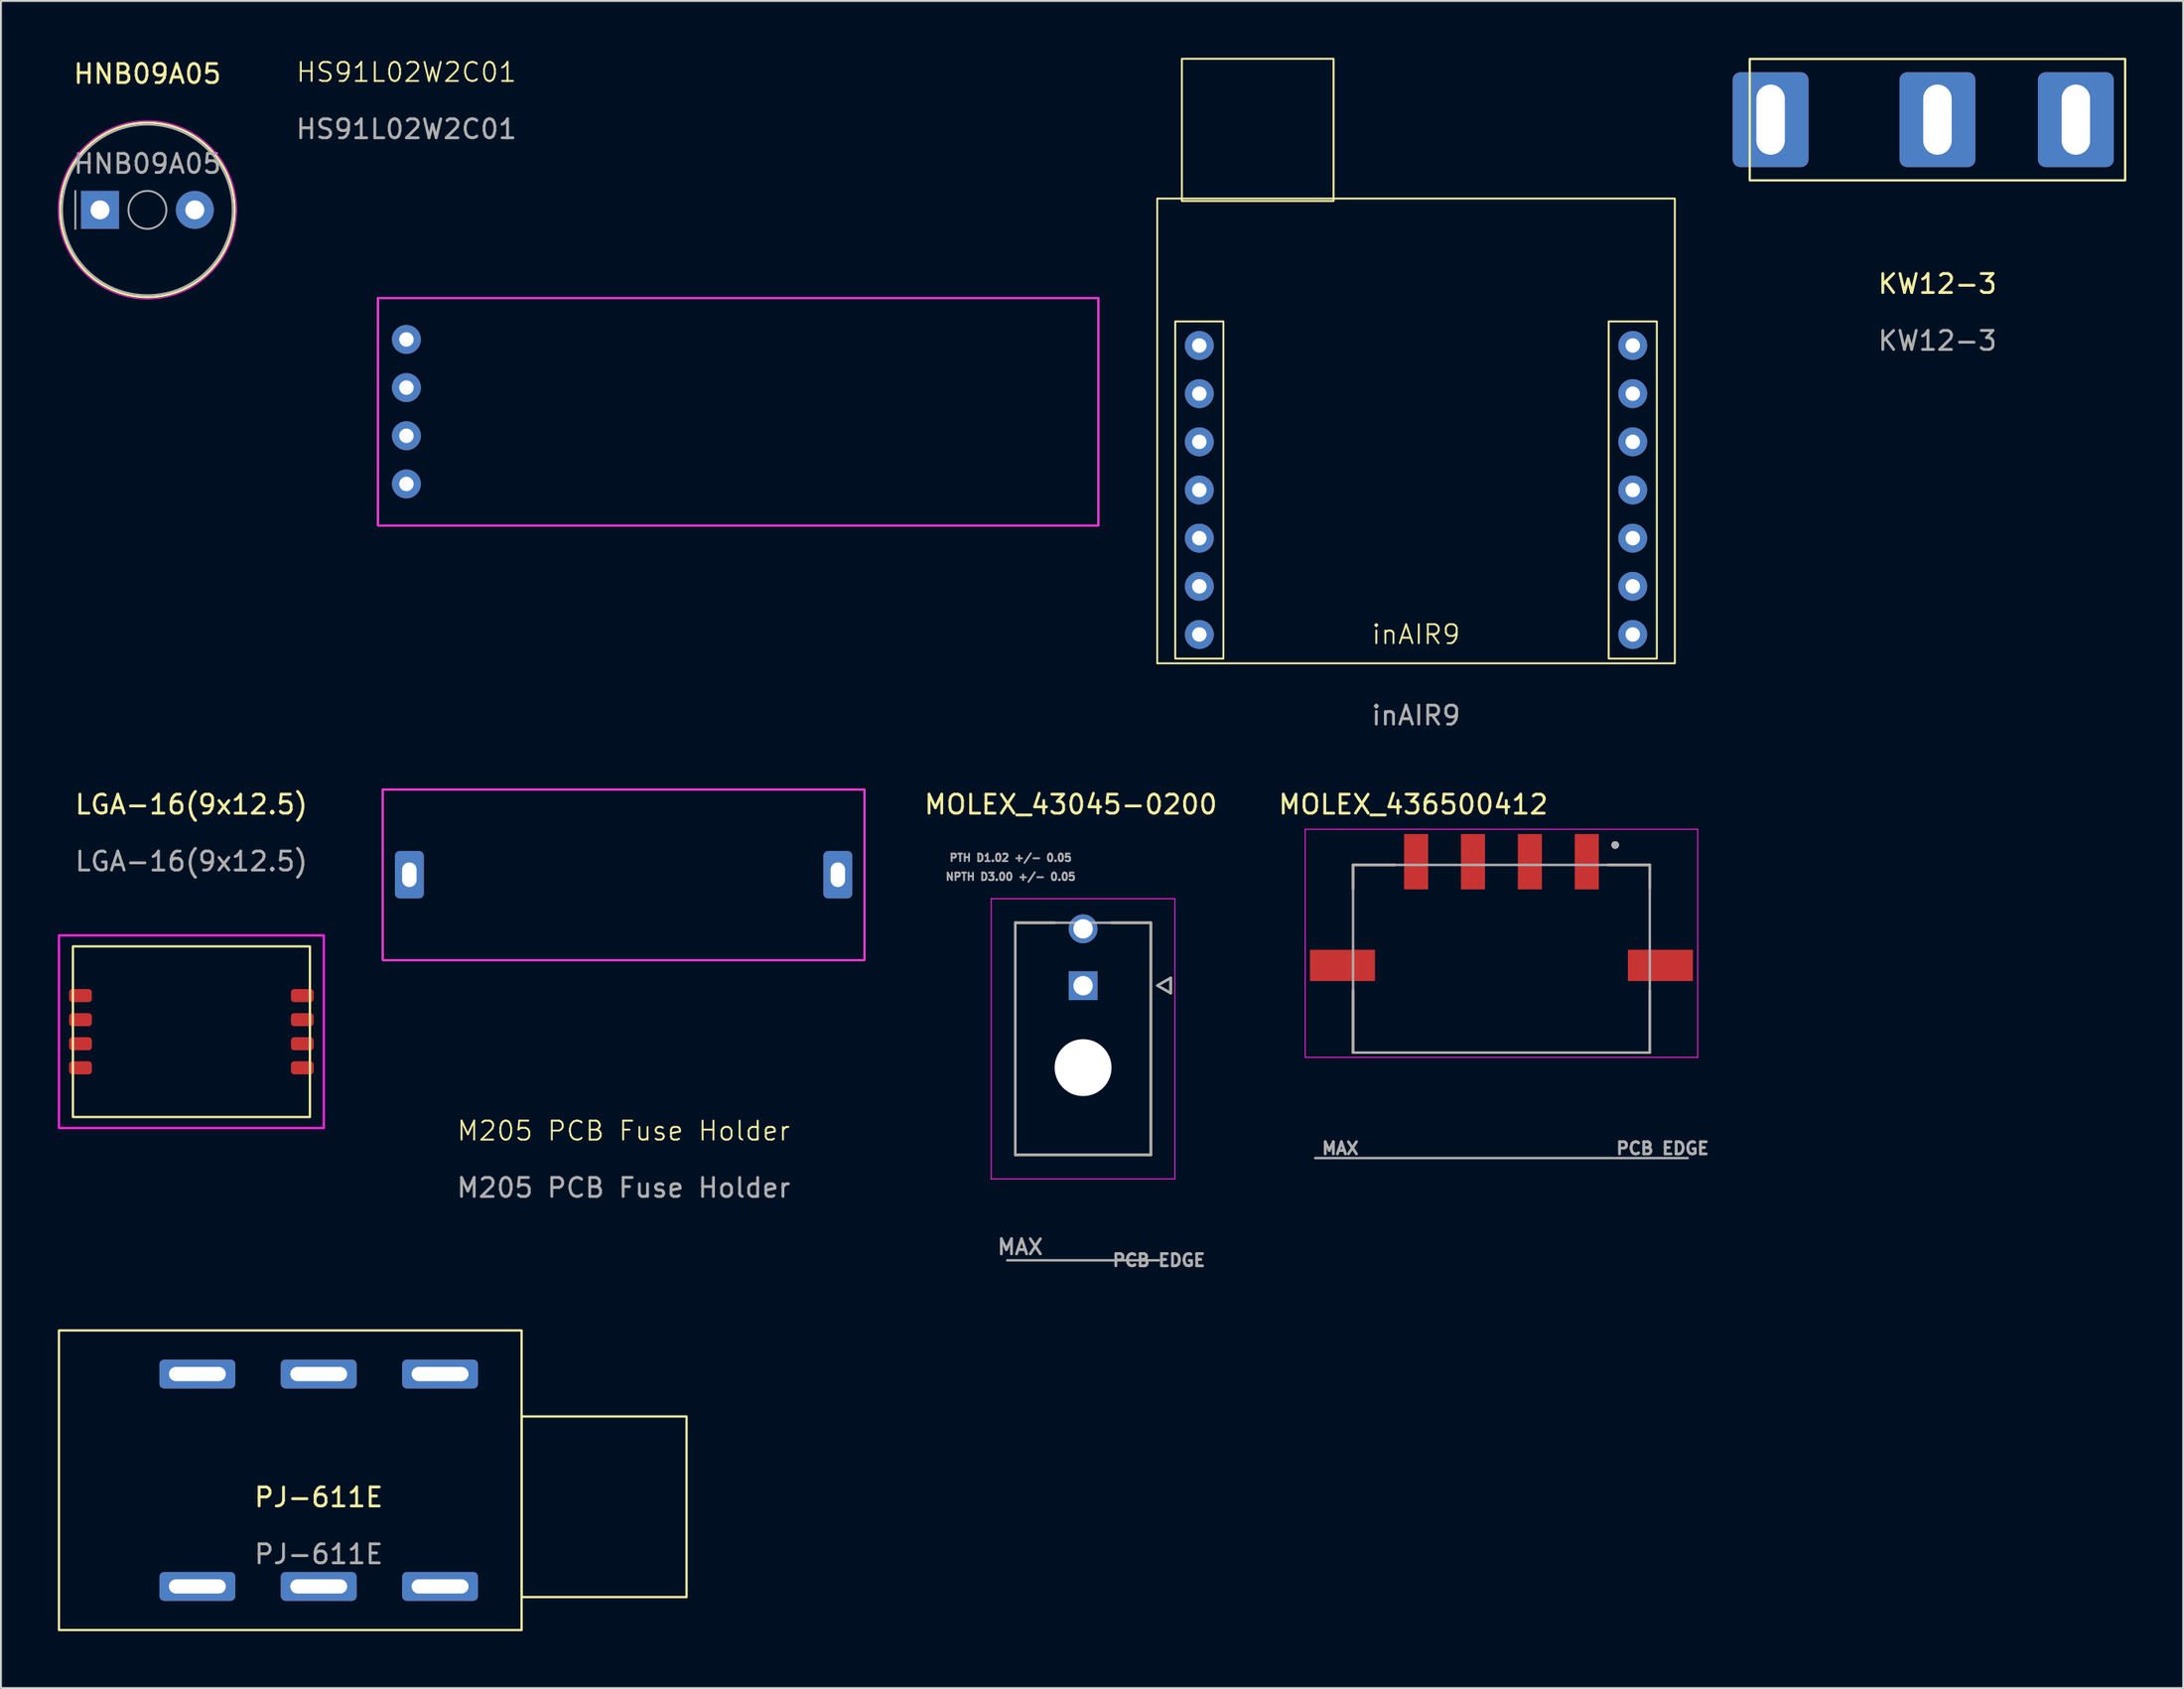
<source format=kicad_pcb>
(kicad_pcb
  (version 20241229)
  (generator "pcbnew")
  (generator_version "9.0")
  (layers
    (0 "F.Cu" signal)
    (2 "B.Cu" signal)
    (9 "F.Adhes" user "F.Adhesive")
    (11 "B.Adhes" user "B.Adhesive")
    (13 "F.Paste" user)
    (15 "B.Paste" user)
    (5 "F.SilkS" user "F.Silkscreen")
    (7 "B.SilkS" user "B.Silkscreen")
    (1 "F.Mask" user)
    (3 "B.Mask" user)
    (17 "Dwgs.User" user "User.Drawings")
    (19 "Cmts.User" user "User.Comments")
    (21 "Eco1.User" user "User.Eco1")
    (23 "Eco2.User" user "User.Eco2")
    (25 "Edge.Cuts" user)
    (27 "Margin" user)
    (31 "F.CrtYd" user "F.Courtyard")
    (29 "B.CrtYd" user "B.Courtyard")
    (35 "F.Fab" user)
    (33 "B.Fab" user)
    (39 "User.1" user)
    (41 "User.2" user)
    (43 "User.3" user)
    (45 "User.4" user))
  (footprint "M205 PCB Fuse Holder"
    (layer "F.Cu")
    (at 29.84 43.078)
    (property "Reference" "M205 PCB Fuse Holder" (at 0 13.51 0) (unlocked yes) (layer "F.SilkS") (effects (font (size 1 1) (thickness 0.1))))
    (attr through_hole)
    (fp_rect (start -12.7 -4.5) (end 12.7 4.5) (stroke (width 0.1) (type default)) (fill no) (layer "F.SilkS"))
    (fp_rect (start -12.7 -4.5) (end 12.7 4.5) (stroke (width 0.1) (type default)) (fill no) (layer "F.CrtYd"))
    (fp_text user "${REFERENCE}" (at 0 16.51 0) (unlocked yes) (layer "F.Fab") (effects (font (size 1 1) (thickness 0.15))))
    (pad "1" thru_hole roundrect (at -11.3 0 90) (size 2.5 1.524) (drill oval 1.3 0.762) (layers "*.Cu" "*.Mask") (roundrect_rratio 0.164))
    (pad "2" thru_hole roundrect (at 11.3 0 90) (size 2.5 1.524) (drill oval 1.3 0.762) (layers "*.Cu" "*.Mask") (roundrect_rratio 0.164)))
  (footprint "LGA-16(9x12.5)"
    (layer "F.Cu")
    (at 7.045 51.356)
    (property "Reference" "LGA-16(9x12.5)" (at 0 -11.98 0) (unlocked yes) (layer "F.SilkS") (effects (font (size 1 1) (thickness 0.15))))
    (attr smd)
    (fp_rect (start -6.25 -4.5) (end 6.25 4.5) (stroke (width 0.12) (type solid)) (fill no) (layer "F.SilkS"))
    (fp_rect (start -6.985 -5.08) (end 6.985 5.08) (stroke (width 0.12) (type solid)) (fill no) (layer "F.CrtYd"))
    (fp_text user "${REFERENCE}" (at 0 -8.98 0) (unlocked yes) (layer "F.Fab") (effects (font (size 1 1) (thickness 0.15))))
    (pad "1" smd roundrect (at -5.85 1.905) (size 1.2 0.69) (layers "F.Cu" "F.Mask" "F.Paste") (roundrect_rratio 0.25))
    (pad "2" smd roundrect (at -5.85 0.635) (size 1.2 0.69) (layers "F.Cu" "F.Mask" "F.Paste") (roundrect_rratio 0.25))
    (pad "3" smd roundrect (at -5.85 -0.635) (size 1.2 0.69) (layers "F.Cu" "F.Mask" "F.Paste") (roundrect_rratio 0.25))
    (pad "4" smd roundrect (at -5.85 -1.905) (size 1.2 0.69) (layers "F.Cu" "F.Mask" "F.Paste") (roundrect_rratio 0.25))
    (pad "5" smd roundrect (at 5.85 -1.905) (size 1.2 0.69) (layers "F.Cu" "F.Mask" "F.Paste") (roundrect_rratio 0.25))
    (pad "6" smd roundrect (at 5.85 -0.635) (size 1.2 0.69) (layers "F.Cu" "F.Mask" "F.Paste") (roundrect_rratio 0.25))
    (pad "7" smd roundrect (at 5.85 0.635) (size 1.2 0.69) (layers "F.Cu" "F.Mask" "F.Paste") (roundrect_rratio 0.25))
    (pad "8" smd roundrect (at 5.85 1.905) (size 1.2 0.69) (layers "F.Cu" "F.Mask" "F.Paste") (roundrect_rratio 0.25)))
  (footprint "HS91L02W2C01"
    (layer "F.Cu")
    (at 18.385 18.66)
    (property "Reference" "HS91L02W2C01" (at 0 -17.9 0) (unlocked yes) (layer "F.SilkS") (effects (font (size 1 1) (thickness 0.1))))
    (attr through_hole)
    (fp_rect (start -1.5 -6) (end 36.5 6) (stroke (width 0.1) (type default)) (fill no) (layer "F.SilkS"))
    (fp_rect (start -1.5 -6) (end 36.5 6) (stroke (width 0.1) (type default)) (fill no) (layer "F.CrtYd"))
    (fp_text user "${REFERENCE}" (at 0 -14.9 0) (unlocked yes) (layer "F.Fab") (effects (font (size 1 1) (thickness 0.15))))
    (pad "1" thru_hole circle (at 0 3.81) (size 1.524 1.524) (drill 0.762) (layers "*.Cu" "*.Mask"))
    (pad "2" thru_hole circle (at 0 1.27) (size 1.524 1.524) (drill 0.762) (layers "*.Cu" "*.Mask"))
    (pad "3" thru_hole circle (at 0 -1.27) (size 1.524 1.524) (drill 0.762) (layers "*.Cu" "*.Mask"))
    (pad "4" thru_hole circle (at 0 -3.81) (size 1.524 1.524) (drill 0.762) (layers "*.Cu" "*.Mask")))
  (footprint "MOLEX_436500412"
    (layer "F.Cu")
    (at 76.139 47.511)
    (property "Reference" "MOLEX_436500412" (at -4.65 -8.135 0) (layer "F.SilkS") (effects (font (size 1 1) (thickness 0.15))))
    (attr smd)
    (fp_line (start -7.825 -4.95) (end -7.825 -3.7) (stroke (width 0.127) (type solid)) (layer "F.SilkS"))
    (fp_line (start -7.825 -4.95) (end -5.61 -4.95) (stroke (width 0.127) (type solid)) (layer "F.SilkS"))
    (fp_line (start -7.825 1.68) (end -7.825 4.95) (stroke (width 0.127) (type solid)) (layer "F.SilkS"))
    (fp_line (start 7.825 -4.95) (end 5.61 -4.95) (stroke (width 0.127) (type solid)) (layer "F.SilkS"))
    (fp_line (start 7.825 -4.95) (end 7.825 -3.7) (stroke (width 0.127) (type solid)) (layer "F.SilkS"))
    (fp_line (start 7.825 4.95) (end -7.825 4.95) (stroke (width 0.127) (type solid)) (layer "F.SilkS"))
    (fp_line (start 7.825 4.95) (end 7.825 1.68) (stroke (width 0.127) (type solid)) (layer "F.SilkS"))
    (fp_circle (center 6 -6) (end 6.1 -6) (stroke (width 0.2) (type solid)) (fill no) (layer "F.SilkS"))
    (fp_line (start -10.35 -6.83) (end 10.35 -6.83) (stroke (width 0.05) (type solid)) (layer "F.CrtYd"))
    (fp_line (start -10.35 5.2) (end -10.35 -6.83) (stroke (width 0.05) (type solid)) (layer "F.CrtYd"))
    (fp_line (start 10.35 5.2) (end -10.35 5.2) (stroke (width 0.05) (type solid)) (layer "F.CrtYd"))
    (fp_line (start 10.35 5.2) (end 10.35 -6.83) (stroke (width 0.05) (type solid)) (layer "F.CrtYd"))
    (fp_line (start -7.825 -4.95) (end 7.825 -4.95) (stroke (width 0.127) (type solid)) (layer "F.Fab"))
    (fp_line (start -7.825 4.95) (end -7.825 -4.95) (stroke (width 0.127) (type solid)) (layer "F.Fab"))
    (fp_line (start 7.825 4.95) (end -7.825 4.95) (stroke (width 0.127) (type solid)) (layer "F.Fab"))
    (fp_line (start 7.825 4.95) (end 7.825 -4.95) (stroke (width 0.127) (type solid)) (layer "F.Fab"))
    (fp_line (start 9.825 10.51) (end -9.825 10.51) (stroke (width 0.127) (type solid)) (layer "F.Fab"))
    (fp_circle (center 6 -6) (end 6.1 -6) (stroke (width 0.2) (type solid)) (fill no) (layer "F.Fab"))
    (fp_text user "PCB EDGE" (at 8.5 10 0) (layer "F.Fab") (effects (font (size 0.64 0.64) (thickness 0.15))))
    (fp_text user "MAX" (at -8.5 10 0) (layer "F.Fab") (effects (font (size 0.64 0.64) (thickness 0.15))))
    (pad "1" smd rect (at 4.5 -5.12) (size 1.27 2.92) (layers "F.Cu" "F.Mask" "F.Paste"))
    (pad "2" smd rect (at 1.5 -5.12) (size 1.27 2.92) (layers "F.Cu" "F.Mask" "F.Paste"))
    (pad "3" smd rect (at -1.5 -5.12) (size 1.27 2.92) (layers "F.Cu" "F.Mask" "F.Paste"))
    (pad "4" smd rect (at -4.5 -5.12) (size 1.27 2.92) (layers "F.Cu" "F.Mask" "F.Paste"))
    (pad "S1" smd rect (at 8.385 0.35) (size 3.43 1.65) (layers "F.Cu" "F.Mask" "F.Paste"))
    (pad "S2" smd rect (at -8.385 0.35) (size 3.43 1.65) (layers "F.Cu" "F.Mask" "F.Paste"))
    (zone (net_name "") (layer "F.Cu") (hatch full 0.508) (connect_pads) (min_thickness 0.01) (filled_areas_thickness no) (keepout (tracks not_allowed) (vias not_allowed) (pads not_allowed) (copperpour not_allowed) (footprints allowed)) (placement (enabled no)) (fill) (polygon (pts (xy 67.564 44.212) (xy 70.014 44.212) (xy 70.014 45.812) (xy 67.564 45.812))))
    (zone (net_name "") (layer "F.Cu") (hatch full 0.508) (connect_pads) (min_thickness 0.01) (filled_areas_thickness no) (keepout (tracks not_allowed) (vias not_allowed) (pads not_allowed) (copperpour not_allowed) (footprints allowed)) (placement (enabled no)) (fill) (polygon (pts (xy 82.264 44.212) (xy 84.714 44.212) (xy 84.714 45.812) (xy 82.264 45.812))))
    (zone (net_name "") (layers "F.Cu" "B.Cu") (hatch full 0.508) (connect_pads) (min_thickness 0.01) (filled_areas_thickness no) (keepout (tracks allowed) (vias not_allowed) (pads allowed) (copperpour allowed) (footprints allowed)) (placement (enabled no)) (fill) (polygon (pts (xy 67.564 44.212) (xy 70.014 44.212) (xy 70.014 45.812) (xy 67.564 45.812))))
    (zone (net_name "") (layers "F.Cu" "B.Cu") (hatch full 0.508) (connect_pads) (min_thickness 0.01) (filled_areas_thickness no) (keepout (tracks allowed) (vias not_allowed) (pads allowed) (copperpour allowed) (footprints allowed)) (placement (enabled no)) (fill) (polygon (pts (xy 82.264 44.212) (xy 84.714 44.212) (xy 84.714 45.812) (xy 82.264 45.812)))))
  (footprint "HNB09A05"
    (layer "F.Cu")
    (at 2.225 8.018)
    (property "Reference" "HNB09A05" (at 2.5 -7.17 0) (layer "F.SilkS") (effects (font (size 1 1) (thickness 0.15))))
    (attr through_hole)
    (fp_circle (center 2.5 0) (end 7.1 0) (stroke (width 0.12) (type solid)) (fill no) (layer "F.SilkS"))
    (fp_circle (center 2.5 0) (end 7.2 0) (stroke (width 0.05) (type solid)) (fill no) (layer "F.CrtYd"))
    (fp_line (start -1.3 -1) (end -1.3 1) (stroke (width 0.1) (type solid)) (layer "F.Fab"))
    (fp_circle (center 2.5 0) (end 3.5 0) (stroke (width 0.1) (type solid)) (fill no) (layer "F.Fab"))
    (fp_circle (center 2.5 0) (end 7 0) (stroke (width 0.1) (type solid)) (fill no) (layer "F.Fab"))
    (fp_text user "${REFERENCE}" (at 2.5 -2.43 0) (layer "F.Fab") (effects (font (size 1 1) (thickness 0.15))))
    (pad "1" thru_hole rect (at 0 0) (size 2 2) (drill 1) (layers "*.Cu" "*.Mask"))
    (pad "2" thru_hole circle (at 5 0) (size 2 2) (drill 1) (layers "*.Cu" "*.Mask")))
  (footprint "KW12-3"
    (layer "F.Cu")
    (at 99.135 3.26)
    (property "Reference" "KW12-3" (at 0 8.66 0) (unlocked yes) (layer "F.SilkS") (effects (font (size 1 1) (thickness 0.15))))
    (attr through_hole)
    (fp_rect (start -9.9 -3.2) (end 9.9 3.2) (stroke (width 0.12) (type default)) (fill no) (layer "F.SilkS"))
    (fp_text user "${REFERENCE}" (at 0 11.66 0) (unlocked yes) (layer "F.Fab") (effects (font (size 1 1) (thickness 0.15))))
    (pad "1" thru_hole roundrect (at -8.8 0) (size 4 5) (drill oval 1.5 3.7) (layers "*.Cu" "*.Mask") (roundrect_rratio 0.1))
    (pad "2" thru_hole roundrect (at 0 0) (size 4 5) (drill oval 1.5 3.7) (layers "*.Cu" "*.Mask") (roundrect_rratio 0.1))
    (pad "3" thru_hole roundrect (at 7.3 0) (size 4 5) (drill oval 1.5 3.7) (layers "*.Cu" "*.Mask") (roundrect_rratio 0.1)))
  (footprint "MOLEX_43045-0200"
    (layer "F.Cu")
    (at 54.074 48.931)
    (property "Reference" "MOLEX_43045-0200" (at -0.645 -9.555 0) (layer "F.SilkS") (effects (font (size 1 1) (thickness 0.15))))
    (attr through_hole)
    (fp_circle (center 0 -3) (end 0.418 -3) (stroke (width 0.836) (type solid)) (fill no) (layer "F.Mask"))
    (fp_circle (center 0 4.32) (end 0.788 4.32) (stroke (width 1.576) (type solid)) (fill no) (layer "F.Mask"))
    (fp_poly (pts (xy -0.836 -0.836) (xy 0.836 -0.836) (xy 0.836 0.836) (xy -0.836 0.836)) (stroke (width 0.01) (type solid)) (fill yes) (layer "F.Mask"))
    (fp_circle (center 0 -3) (end 0.418 -3) (stroke (width 0.836) (type solid)) (fill no) (layer "B.Mask"))
    (fp_circle (center 0 4.32) (end 0.788 4.32) (stroke (width 1.576) (type solid)) (fill no) (layer "B.Mask"))
    (fp_poly (pts (xy -0.836 -0.836) (xy 0.836 -0.836) (xy 0.836 0.836) (xy -0.836 0.836)) (stroke (width 0.01) (type solid)) (fill yes) (layer "B.Mask"))
    (fp_line (start -3.575 -3.32) (end -3.575 8.92) (stroke (width 0.127) (type solid)) (layer "F.SilkS"))
    (fp_line (start -3.575 8.92) (end 3.575 8.92) (stroke (width 0.127) (type solid)) (layer "F.SilkS"))
    (fp_line (start -1.5 -3.32) (end -3.575 -3.32) (stroke (width 0.127) (type solid)) (layer "F.SilkS"))
    (fp_line (start 3.575 -3.32) (end 1.5 -3.32) (stroke (width 0.127) (type solid)) (layer "F.SilkS"))
    (fp_line (start 3.575 8.92) (end 3.575 -3.32) (stroke (width 0.127) (type solid)) (layer "F.SilkS"))
    (fp_line (start 3.92 -0.01) (end 4.62 0.39) (stroke (width 0.127) (type solid)) (layer "F.SilkS"))
    (fp_line (start 4.62 -0.41) (end 3.92 -0.01) (stroke (width 0.127) (type solid)) (layer "F.SilkS"))
    (fp_line (start 4.62 0.39) (end 4.62 -0.41) (stroke (width 0.127) (type solid)) (layer "F.SilkS"))
    (fp_line (start -4.845 -4.59) (end 4.845 -4.59) (stroke (width 0.05) (type solid)) (layer "F.CrtYd"))
    (fp_line (start -4.845 10.19) (end -4.845 -4.59) (stroke (width 0.05) (type solid)) (layer "F.CrtYd"))
    (fp_line (start 4.845 -4.59) (end 4.845 10.19) (stroke (width 0.05) (type solid)) (layer "F.CrtYd"))
    (fp_line (start 4.845 10.19) (end -4.845 10.19) (stroke (width 0.05) (type solid)) (layer "F.CrtYd"))
    (fp_line (start -4 14.48) (end 4 14.48) (stroke (width 0.127) (type solid)) (layer "F.Fab"))
    (fp_line (start -3.575 -3.32) (end -3.575 8.92) (stroke (width 0.127) (type solid)) (layer "F.Fab"))
    (fp_line (start -3.575 8.92) (end 3.575 8.92) (stroke (width 0.127) (type solid)) (layer "F.Fab"))
    (fp_line (start 3.575 -3.32) (end -3.575 -3.32) (stroke (width 0.127) (type solid)) (layer "F.Fab"))
    (fp_line (start 3.575 8.92) (end 3.575 -3.32) (stroke (width 0.127) (type solid)) (layer "F.Fab"))
    (fp_line (start 3.92 -0.01) (end 4.62 0.39) (stroke (width 0.127) (type solid)) (layer "F.Fab"))
    (fp_line (start 4.62 -0.41) (end 3.92 -0.01) (stroke (width 0.127) (type solid)) (layer "F.Fab"))
    (fp_line (start 4.62 0.39) (end 4.62 -0.41) (stroke (width 0.127) (type solid)) (layer "F.Fab"))
    (fp_text user "MAX" (at -3.32 13.78 0) (layer "F.Fab") (effects (font (size 0.8 0.8) (thickness 0.15))))
    (fp_text user "NPTH D3.00 +/- 0.05" (at -3.82 -5.748 0) (layer "F.Fab") (effects (font (size 0.394 0.394) (thickness 0.15))))
    (fp_text user "PCB EDGE" (at 4 14.48 0) (layer "F.Fab") (effects (font (size 0.64 0.64) (thickness 0.15))))
    (fp_text user "PTH D1.02 +/- 0.05" (at -3.82 -6.748 0) (layer "F.Fab") (effects (font (size 0.394 0.394) (thickness 0.15))))
    (pad "" np_thru_hole circle (at 0 4.32) (size 3 3) (drill 3) (layers "*.Cu" "*.Mask"))
    (pad "1" thru_hole rect (at 0 0) (size 1.52 1.52) (drill 1.02) (layers "*.Cu"))
    (pad "2" thru_hole circle (at 0 -3) (size 1.52 1.52) (drill 1.02) (layers "*.Cu")))
  (footprint "PJ-611E"
    (layer "F.Cu")
    (at 13.76 76.409)
    (property "Reference" "PJ-611E" (at 0 -0.5 0) (unlocked yes) (layer "F.SilkS") (effects (font (size 1 1) (thickness 0.15))))
    (attr through_hole)
    (fp_rect (start -13.7 -9.3) (end 10.7 6.5) (stroke (width 0.12) (type default)) (fill no) (layer "F.SilkS"))
    (fp_rect (start 10.7 -4.763) (end 19.4 4.763) (stroke (width 0.12) (type default)) (fill no) (layer "F.SilkS"))
    (fp_text user "${REFERENCE}" (at 0 2.5 0) (unlocked yes) (layer "F.Fab") (effects (font (size 1 1) (thickness 0.15))))
    (pad "G" thru_hole roundrect (at 6.4 -7) (size 4 1.524) (drill oval 3 0.75) (layers "*.Cu" "*.Mask") (roundrect_rratio 0.164))
    (pad "G" thru_hole roundrect (at 6.4 4.2) (size 4 1.524) (drill oval 3 0.75) (layers "*.Cu" "*.Mask") (roundrect_rratio 0.164))
    (pad "S" thru_hole roundrect (at 0 -7) (size 4 1.524) (drill oval 3 0.75) (layers "*.Cu" "*.Mask") (roundrect_rratio 0.164))
    (pad "S" thru_hole roundrect (at 0 4.2) (size 4 1.524) (drill oval 3 0.75) (layers "*.Cu" "*.Mask") (roundrect_rratio 0.164))
    (pad "T" thru_hole roundrect (at -6.4 -7) (size 4 1.524) (drill oval 3 0.75) (layers "*.Cu" "*.Mask") (roundrect_rratio 0.164))
    (pad "T" thru_hole roundrect (at -6.4 4.2) (size 4 1.524) (drill oval 3 0.75) (layers "*.Cu" "*.Mask") (roundrect_rratio 0.164)))
  (footprint "inAIR9"
    (layer "F.Cu")
    (at 71.635 22.79)
    (property "Reference" "inAIR9" (at 0 7.62 0) (unlocked yes) (layer "F.SilkS") (effects (font (size 1 1) (thickness 0.1))))
    (attr through_hole)
    (fp_rect (start -13.65 -15.37) (end 13.65 9.14) (stroke (width 0.1) (type default)) (fill no) (layer "F.SilkS"))
    (fp_rect (start -12.7 -8.89) (end -10.16 8.89) (stroke (width 0.1) (type default)) (fill no) (layer "F.SilkS"))
    (fp_rect (start -12.35 -22.74) (end -4.35 -15.24) (stroke (width 0.1) (type default)) (fill no) (layer "F.SilkS"))
    (fp_rect (start 10.16 -8.89) (end 12.7 8.89) (stroke (width 0.1) (type default)) (fill no) (layer "F.SilkS"))
    (fp_text user "${REFERENCE}" (at 0 11.89 0) (unlocked yes) (layer "F.Fab") (effects (font (size 1 1) (thickness 0.15))))
    (pad "1" thru_hole circle (at -11.43 -7.62) (size 1.524 1.524) (drill 0.762) (layers "*.Cu" "*.Mask"))
    (pad "2" thru_hole circle (at -11.43 -5.08) (size 1.524 1.524) (drill 0.762) (layers "*.Cu" "*.Mask"))
    (pad "3" thru_hole circle (at -11.43 -2.54) (size 1.524 1.524) (drill 0.762) (layers "*.Cu" "*.Mask"))
    (pad "4" thru_hole circle (at -11.43 0) (size 1.524 1.524) (drill 0.762) (layers "*.Cu" "*.Mask"))
    (pad "5" thru_hole circle (at -11.43 2.54) (size 1.524 1.524) (drill 0.762) (layers "*.Cu" "*.Mask"))
    (pad "6" thru_hole circle (at -11.43 5.08) (size 1.524 1.524) (drill 0.762) (layers "*.Cu" "*.Mask"))
    (pad "7" thru_hole circle (at -11.43 7.62) (size 1.524 1.524) (drill 0.762) (layers "*.Cu" "*.Mask"))
    (pad "8" thru_hole circle (at 11.43 -7.62) (size 1.524 1.524) (drill 0.762) (layers "*.Cu" "*.Mask"))
    (pad "9" thru_hole circle (at 11.43 -5.08) (size 1.524 1.524) (drill 0.762) (layers "*.Cu" "*.Mask"))
    (pad "10" thru_hole circle (at 11.43 -2.54) (size 1.524 1.524) (drill 0.762) (layers "*.Cu" "*.Mask"))
    (pad "12" thru_hole circle (at 11.43 0) (size 1.524 1.524) (drill 0.762) (layers "*.Cu" "*.Mask"))
    (pad "13" thru_hole circle (at 11.43 2.54) (size 1.524 1.524) (drill 0.762) (layers "*.Cu" "*.Mask"))
    (pad "14" thru_hole circle (at 11.43 5.08) (size 1.524 1.524) (drill 0.762) (layers "*.Cu" "*.Mask"))
    (pad "15" thru_hole circle (at 11.43 7.62) (size 1.524 1.524) (drill 0.762) (layers "*.Cu" "*.Mask")))
  (gr_rect
    (start -3 -3)
    (end 112.095 85.969)
    (stroke (width 0.1) (type default))
    (fill no)
    (layer "Edge.Cuts")))
</source>
